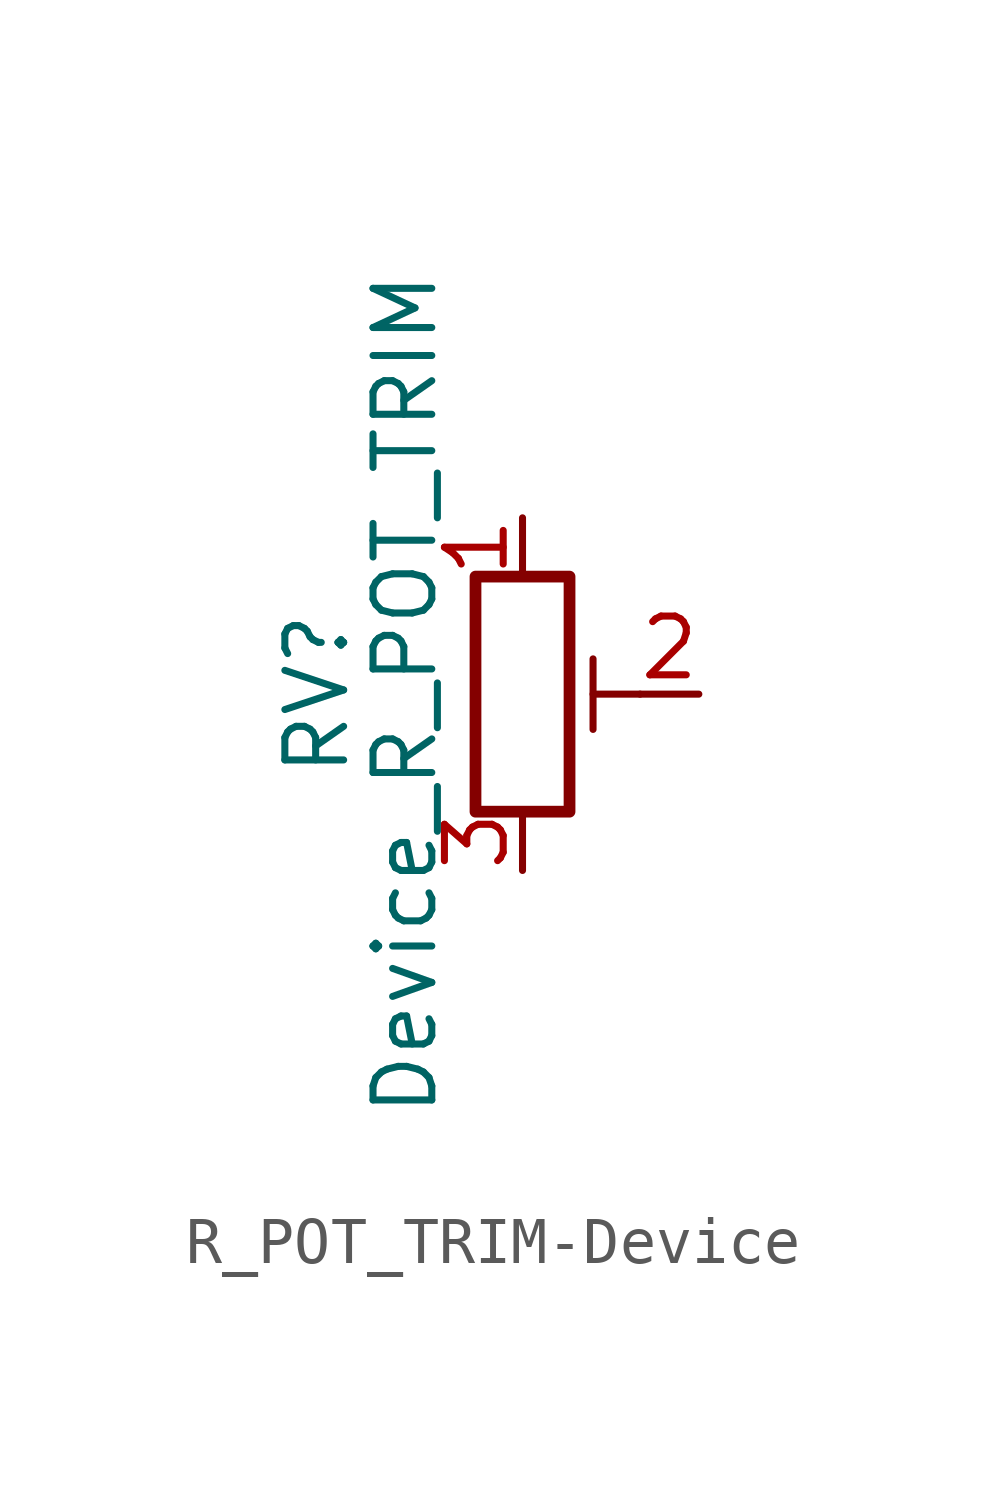
<source format=kicad_sym>
(kicad_symbol_lib
  (version 20231120)
  (generator "kicad_symbol_editor")
  (generator_version "8.0")
  (symbol "R_POT_TRIM-Device"
    (pin_names
      (offset 1.016) hide)
    (property "Reference" "RV"
      (at -4.445 0 90)
      (effects (font (size 1.27 1.27))))
    (property "Value" "Device_R_POT_TRIM"
      (at -2.54 0 90)
      (effects (font (size 1.27 1.27))))
    (symbol "R_POT_TRIM-Device_0_1"
      (polyline (pts (xy 1.524 0.762) (xy 1.524 -0.762)) (stroke (width 0) (type solid)) (fill (type none)))
      (polyline (pts (xy 2.54 0) (xy 1.524 0)) (stroke (width 0) (type solid)) (fill (type none)))
      (rectangle (start 1.016 2.54) (end -1.016 -2.54) (stroke (width 0.254) (type solid)) (fill (type none))))
    (symbol "R_POT_TRIM-Device_1_1"
      (pin passive line (at 0 3.81 270) (length 1.27) (name "1" (effects (font (size 1.27 1.27)))) (number "1" (effects (font (size 1.27 1.27)))))
      (pin passive line (at 3.81 0 180) (length 1.27) (name "2" (effects (font (size 1.27 1.27)))) (number "2" (effects (font (size 1.27 1.27)))))
      (pin passive line (at 0 -3.81 90) (length 1.27) (name "3" (effects (font (size 1.27 1.27)))) (number "3" (effects (font (size 1.27 1.27))))))))
</source>
